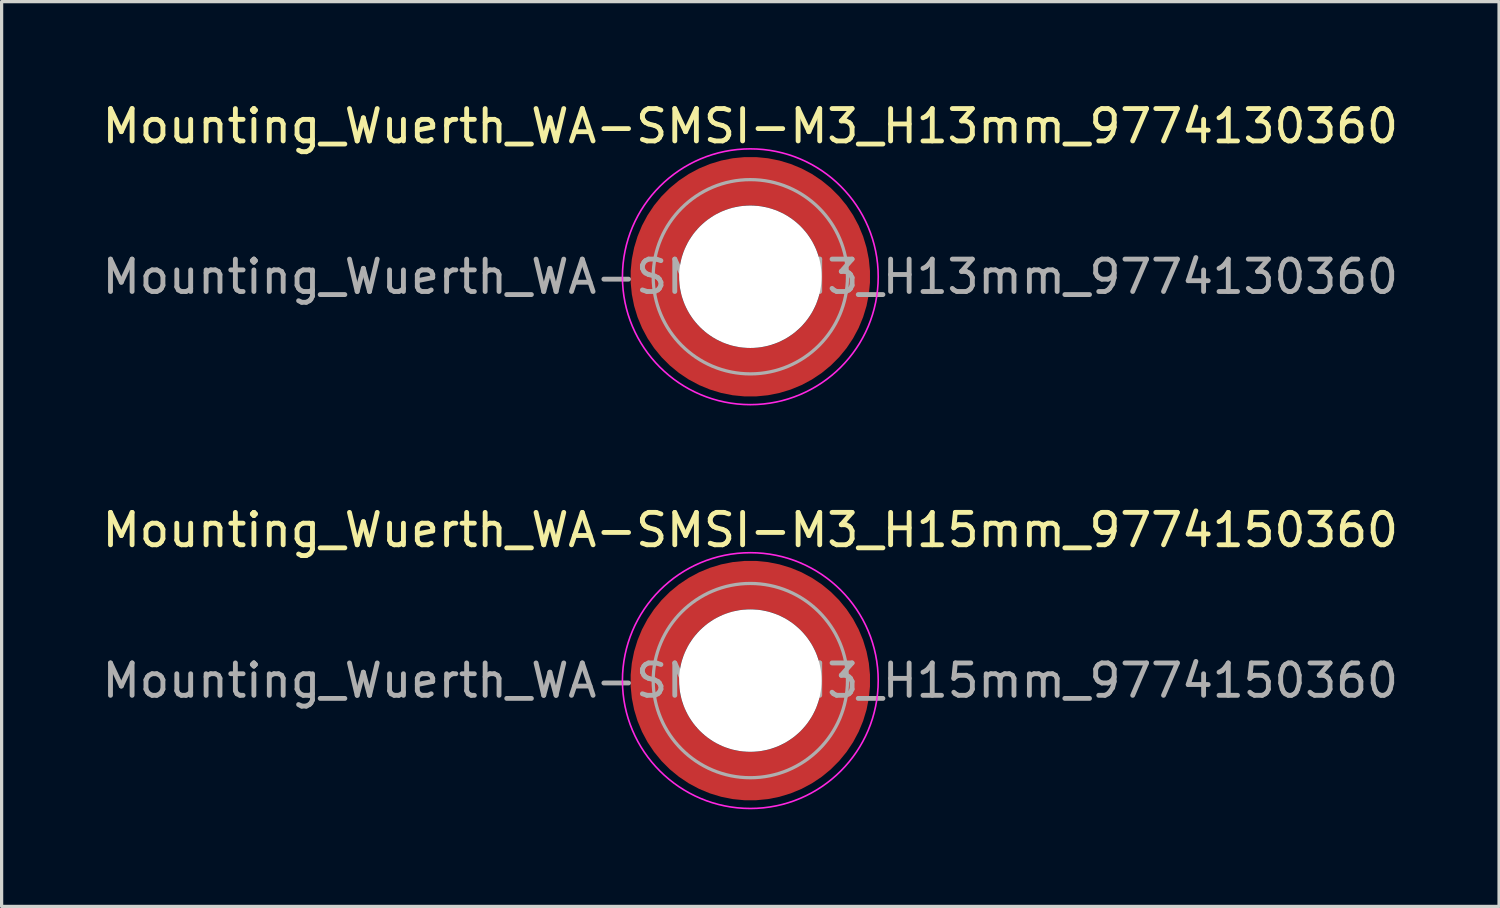
<source format=kicad_pcb>
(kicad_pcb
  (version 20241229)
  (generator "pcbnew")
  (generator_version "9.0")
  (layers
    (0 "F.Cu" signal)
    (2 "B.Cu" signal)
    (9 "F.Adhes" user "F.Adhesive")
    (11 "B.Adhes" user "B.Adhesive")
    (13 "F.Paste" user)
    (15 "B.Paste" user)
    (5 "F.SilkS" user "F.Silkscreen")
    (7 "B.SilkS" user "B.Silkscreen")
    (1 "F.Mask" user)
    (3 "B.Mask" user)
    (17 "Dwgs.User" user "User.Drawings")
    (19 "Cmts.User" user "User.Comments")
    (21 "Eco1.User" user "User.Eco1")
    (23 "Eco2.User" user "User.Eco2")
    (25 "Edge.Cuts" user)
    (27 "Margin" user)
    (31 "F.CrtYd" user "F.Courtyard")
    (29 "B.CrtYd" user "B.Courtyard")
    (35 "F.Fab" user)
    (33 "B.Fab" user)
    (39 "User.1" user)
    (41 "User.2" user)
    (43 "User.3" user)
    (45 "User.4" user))
  (footprint "Mounting_Wuerth_WA-SMSI-M3_H13mm_9774130360"
    (layer "F.Cu")
    (at 20.125 5.498)
    (property "Reference" "Mounting_Wuerth_WA-SMSI-M3_H13mm_9774130360" (at 0 -4.65 0) (layer "F.SilkS") (effects (font (size 1 1) (thickness 0.15))))
    (attr smd)
    (fp_circle (center 0 0) (end 3.95 0) (stroke (width 0.05) (type solid)) (fill no) (layer "F.CrtYd"))
    (fp_circle (center 0 0) (end 3 0) (stroke (width 0.1) (type solid)) (fill no) (layer "F.Fab"))
    (fp_text user "${REFERENCE}" (at 0 0 0) (layer "F.Fab") (effects (font (size 1 1) (thickness 0.15))))
    (pad "" smd custom (at -2.058 -2.058) (size 0.7 0.7) (layers "F.Paste") (options (anchor circle)) (primitives (gr_arc (start -0.377294 1.707681) (mid 0.317579 0.318817) (end 1.705947 -0.377044) (width 0.2)) (gr_arc (start -0.478281 1.707681) (mid 0.246161 0.248814) (end 1.703965 -0.477765) (width 0.2)) (gr_arc (start -0.579192 1.707681) (mid 0.175492 0.178063) (end 1.704077 -0.578711) (width 0.2)) (gr_arc (start -0.680037 1.707681) (mid 0.105568 0.106564) (end 1.706284 -0.679858) (width 0.2)) (gr_arc (start -0.780822 1.707681) (mid 0.034627 0.036085) (end 1.705634 -0.780569) (width 0.2)) (gr_arc (start -0.881554 1.707681) (mid -0.035694 -0.035016) (end 1.706729 -0.881441) (width 0.2)) (gr_arc (start -0.982237 1.707681) (mid -0.107281 -0.10485) (end 1.704266 -0.981842) (width 0.2)) (gr_arc (start -1.082877 1.707681) (mid -0.178372 -0.175181) (end 1.703197 -1.082374) (width 0.2)) (gr_arc (start -1.183476 1.707681) (mid -0.248964 -0.246008) (end 1.703525 -1.183025) (width 0.2)) (gr_arc (start -1.28404 1.707681) (mid -0.319062 -0.317333) (end 1.70525 -1.283784) (width 0.2)) (gr_line (start 1.708 -0.377) (end 1.708 -1.284) (width 0.2)) (gr_line (start -0.377 1.708) (end -1.284 1.708) (width 0.2))))
    (pad "" smd custom (at -2.058 2.058) (size 0.7 0.7) (layers "F.Paste") (options (anchor circle)) (primitives (gr_arc (start 1.707681 0.377294) (mid 0.318817 -0.317579) (end -0.377044 -1.705947) (width 0.2)) (gr_arc (start 1.707681 0.478281) (mid 0.248814 -0.246161) (end -0.477765 -1.703965) (width 0.2)) (gr_arc (start 1.707681 0.579192) (mid 0.178063 -0.175492) (end -0.578711 -1.704077) (width 0.2)) (gr_arc (start 1.707681 0.680037) (mid 0.106564 -0.105568) (end -0.679858 -1.706284) (width 0.2)) (gr_arc (start 1.707681 0.780822) (mid 0.036085 -0.034627) (end -0.780569 -1.705634) (width 0.2)) (gr_arc (start 1.707681 0.881554) (mid -0.035016 0.035694) (end -0.881441 -1.706729) (width 0.2)) (gr_arc (start 1.707681 0.982237) (mid -0.10485 0.107281) (end -0.981842 -1.704266) (width 0.2)) (gr_arc (start 1.707681 1.082877) (mid -0.175181 0.178372) (end -1.082374 -1.703197) (width 0.2)) (gr_arc (start 1.707681 1.183476) (mid -0.246008 0.248964) (end -1.183025 -1.703525) (width 0.2)) (gr_arc (start 1.707681 1.28404) (mid -0.317333 0.319062) (end -1.283784 -1.70525) (width 0.2)) (gr_line (start -0.377 -1.708) (end -1.284 -1.708) (width 0.2)) (gr_line (start 1.708 0.377) (end 1.708 1.284) (width 0.2))))
    (pad "" np_thru_hole circle (at 0 0) (size 4.4 4.4) (drill 4.4) (layers "*.Cu" "*.Mask"))
    (pad "" smd custom (at 2.058 -2.058) (size 0.7 0.7) (layers "F.Paste") (options (anchor circle)) (primitives (gr_arc (start -1.707681 -0.377294) (mid -0.318817 0.317579) (end 0.377044 1.705947) (width 0.2)) (gr_arc (start -1.707681 -0.478281) (mid -0.248814 0.246161) (end 0.477765 1.703965) (width 0.2)) (gr_arc (start -1.707681 -0.579192) (mid -0.178063 0.175492) (end 0.578711 1.704077) (width 0.2)) (gr_arc (start -1.707681 -0.680037) (mid -0.106564 0.105568) (end 0.679858 1.706284) (width 0.2)) (gr_arc (start -1.707681 -0.780822) (mid -0.036085 0.034627) (end 0.780569 1.705634) (width 0.2)) (gr_arc (start -1.707681 -0.881554) (mid 0.035016 -0.035694) (end 0.881441 1.706729) (width 0.2)) (gr_arc (start -1.707681 -0.982237) (mid 0.10485 -0.107281) (end 0.981842 1.704266) (width 0.2)) (gr_arc (start -1.707681 -1.082877) (mid 0.175181 -0.178372) (end 1.082374 1.703197) (width 0.2)) (gr_arc (start -1.707681 -1.183476) (mid 0.246008 -0.248964) (end 1.183025 1.703525) (width 0.2)) (gr_arc (start -1.707681 -1.28404) (mid 0.317333 -0.319062) (end 1.283784 1.70525) (width 0.2)) (gr_line (start 0.377 1.708) (end 1.284 1.708) (width 0.2)) (gr_line (start -1.708 -0.377) (end -1.708 -1.284) (width 0.2))))
    (pad "" smd custom (at 2.058 2.058) (size 0.7 0.7) (layers "F.Paste") (options (anchor circle)) (primitives (gr_arc (start 0.377294 -1.707681) (mid -0.317579 -0.318817) (end -1.705947 0.377044) (width 0.2)) (gr_arc (start 0.478281 -1.707681) (mid -0.246161 -0.248814) (end -1.703965 0.477765) (width 0.2)) (gr_arc (start 0.579192 -1.707681) (mid -0.175492 -0.178063) (end -1.704077 0.578711) (width 0.2)) (gr_arc (start 0.680037 -1.707681) (mid -0.105568 -0.106564) (end -1.706284 0.679858) (width 0.2)) (gr_arc (start 0.780822 -1.707681) (mid -0.034627 -0.036085) (end -1.705634 0.780569) (width 0.2)) (gr_arc (start 0.881554 -1.707681) (mid 0.035694 0.035016) (end -1.706729 0.881441) (width 0.2)) (gr_arc (start 0.982237 -1.707681) (mid 0.107281 0.10485) (end -1.704266 0.981842) (width 0.2)) (gr_arc (start 1.082877 -1.707681) (mid 0.178372 0.175181) (end -1.703197 1.082374) (width 0.2)) (gr_arc (start 1.183476 -1.707681) (mid 0.248964 0.246008) (end -1.703525 1.183025) (width 0.2)) (gr_arc (start 1.28404 -1.707681) (mid 0.319062 0.317333) (end -1.70525 1.283784) (width 0.2)) (gr_line (start -1.708 0.377) (end -1.708 1.284) (width 0.2)) (gr_line (start 0.377 -1.708) (end 1.284 -1.708) (width 0.2))))
    (pad "1" smd circle (at -2.95 0) (size 1.1 1.1) (layers "F.Cu"))
    (pad "1" smd circle (at 0 -2.95) (size 1.1 1.1) (layers "F.Cu"))
    (pad "1" smd circle (at 0 2.95) (size 1.1 1.1) (layers "F.Cu"))
    (pad "1" smd custom (at 2.95 0) (size 1.1 1.1) (layers "F.Cu" "F.Mask") (options (anchor circle)) (primitives (gr_circle (center -2.95 0) (end 0 0) (width 1.5) (fill no)))))
  (footprint "Mounting_Wuerth_WA-SMSI-M3_H15mm_9774150360"
    (layer "F.Cu")
    (at 20.125 17.971)
    (property "Reference" "Mounting_Wuerth_WA-SMSI-M3_H15mm_9774150360" (at 0 -4.65 0) (layer "F.SilkS") (effects (font (size 1 1) (thickness 0.15))))
    (attr smd)
    (fp_circle (center 0 0) (end 3.95 0) (stroke (width 0.05) (type solid)) (fill no) (layer "F.CrtYd"))
    (fp_circle (center 0 0) (end 3 0) (stroke (width 0.1) (type solid)) (fill no) (layer "F.Fab"))
    (fp_text user "${REFERENCE}" (at 0 0 0) (layer "F.Fab") (effects (font (size 1 1) (thickness 0.15))))
    (pad "" smd custom (at -2.058 -2.058) (size 0.7 0.7) (layers "F.Paste") (options (anchor circle)) (primitives (gr_arc (start -0.377294 1.707681) (mid 0.317579 0.318817) (end 1.705947 -0.377044) (width 0.2)) (gr_arc (start -0.478281 1.707681) (mid 0.246161 0.248814) (end 1.703965 -0.477765) (width 0.2)) (gr_arc (start -0.579192 1.707681) (mid 0.175492 0.178063) (end 1.704077 -0.578711) (width 0.2)) (gr_arc (start -0.680037 1.707681) (mid 0.105568 0.106564) (end 1.706284 -0.679858) (width 0.2)) (gr_arc (start -0.780822 1.707681) (mid 0.034627 0.036085) (end 1.705634 -0.780569) (width 0.2)) (gr_arc (start -0.881554 1.707681) (mid -0.035694 -0.035016) (end 1.706729 -0.881441) (width 0.2)) (gr_arc (start -0.982237 1.707681) (mid -0.107281 -0.10485) (end 1.704266 -0.981842) (width 0.2)) (gr_arc (start -1.082877 1.707681) (mid -0.178372 -0.175181) (end 1.703197 -1.082374) (width 0.2)) (gr_arc (start -1.183476 1.707681) (mid -0.248964 -0.246008) (end 1.703525 -1.183025) (width 0.2)) (gr_arc (start -1.28404 1.707681) (mid -0.319062 -0.317333) (end 1.70525 -1.283784) (width 0.2)) (gr_line (start 1.708 -0.377) (end 1.708 -1.284) (width 0.2)) (gr_line (start -0.377 1.708) (end -1.284 1.708) (width 0.2))))
    (pad "" smd custom (at -2.058 2.058) (size 0.7 0.7) (layers "F.Paste") (options (anchor circle)) (primitives (gr_arc (start 1.707681 0.377294) (mid 0.318817 -0.317579) (end -0.377044 -1.705947) (width 0.2)) (gr_arc (start 1.707681 0.478281) (mid 0.248814 -0.246161) (end -0.477765 -1.703965) (width 0.2)) (gr_arc (start 1.707681 0.579192) (mid 0.178063 -0.175492) (end -0.578711 -1.704077) (width 0.2)) (gr_arc (start 1.707681 0.680037) (mid 0.106564 -0.105568) (end -0.679858 -1.706284) (width 0.2)) (gr_arc (start 1.707681 0.780822) (mid 0.036085 -0.034627) (end -0.780569 -1.705634) (width 0.2)) (gr_arc (start 1.707681 0.881554) (mid -0.035016 0.035694) (end -0.881441 -1.706729) (width 0.2)) (gr_arc (start 1.707681 0.982237) (mid -0.10485 0.107281) (end -0.981842 -1.704266) (width 0.2)) (gr_arc (start 1.707681 1.082877) (mid -0.175181 0.178372) (end -1.082374 -1.703197) (width 0.2)) (gr_arc (start 1.707681 1.183476) (mid -0.246008 0.248964) (end -1.183025 -1.703525) (width 0.2)) (gr_arc (start 1.707681 1.28404) (mid -0.317333 0.319062) (end -1.283784 -1.70525) (width 0.2)) (gr_line (start -0.377 -1.708) (end -1.284 -1.708) (width 0.2)) (gr_line (start 1.708 0.377) (end 1.708 1.284) (width 0.2))))
    (pad "" np_thru_hole circle (at 0 0) (size 4.4 4.4) (drill 4.4) (layers "*.Cu" "*.Mask"))
    (pad "" smd custom (at 2.058 -2.058) (size 0.7 0.7) (layers "F.Paste") (options (anchor circle)) (primitives (gr_arc (start -1.707681 -0.377294) (mid -0.318817 0.317579) (end 0.377044 1.705947) (width 0.2)) (gr_arc (start -1.707681 -0.478281) (mid -0.248814 0.246161) (end 0.477765 1.703965) (width 0.2)) (gr_arc (start -1.707681 -0.579192) (mid -0.178063 0.175492) (end 0.578711 1.704077) (width 0.2)) (gr_arc (start -1.707681 -0.680037) (mid -0.106564 0.105568) (end 0.679858 1.706284) (width 0.2)) (gr_arc (start -1.707681 -0.780822) (mid -0.036085 0.034627) (end 0.780569 1.705634) (width 0.2)) (gr_arc (start -1.707681 -0.881554) (mid 0.035016 -0.035694) (end 0.881441 1.706729) (width 0.2)) (gr_arc (start -1.707681 -0.982237) (mid 0.10485 -0.107281) (end 0.981842 1.704266) (width 0.2)) (gr_arc (start -1.707681 -1.082877) (mid 0.175181 -0.178372) (end 1.082374 1.703197) (width 0.2)) (gr_arc (start -1.707681 -1.183476) (mid 0.246008 -0.248964) (end 1.183025 1.703525) (width 0.2)) (gr_arc (start -1.707681 -1.28404) (mid 0.317333 -0.319062) (end 1.283784 1.70525) (width 0.2)) (gr_line (start 0.377 1.708) (end 1.284 1.708) (width 0.2)) (gr_line (start -1.708 -0.377) (end -1.708 -1.284) (width 0.2))))
    (pad "" smd custom (at 2.058 2.058) (size 0.7 0.7) (layers "F.Paste") (options (anchor circle)) (primitives (gr_arc (start 0.377294 -1.707681) (mid -0.317579 -0.318817) (end -1.705947 0.377044) (width 0.2)) (gr_arc (start 0.478281 -1.707681) (mid -0.246161 -0.248814) (end -1.703965 0.477765) (width 0.2)) (gr_arc (start 0.579192 -1.707681) (mid -0.175492 -0.178063) (end -1.704077 0.578711) (width 0.2)) (gr_arc (start 0.680037 -1.707681) (mid -0.105568 -0.106564) (end -1.706284 0.679858) (width 0.2)) (gr_arc (start 0.780822 -1.707681) (mid -0.034627 -0.036085) (end -1.705634 0.780569) (width 0.2)) (gr_arc (start 0.881554 -1.707681) (mid 0.035694 0.035016) (end -1.706729 0.881441) (width 0.2)) (gr_arc (start 0.982237 -1.707681) (mid 0.107281 0.10485) (end -1.704266 0.981842) (width 0.2)) (gr_arc (start 1.082877 -1.707681) (mid 0.178372 0.175181) (end -1.703197 1.082374) (width 0.2)) (gr_arc (start 1.183476 -1.707681) (mid 0.248964 0.246008) (end -1.703525 1.183025) (width 0.2)) (gr_arc (start 1.28404 -1.707681) (mid 0.319062 0.317333) (end -1.70525 1.283784) (width 0.2)) (gr_line (start -1.708 0.377) (end -1.708 1.284) (width 0.2)) (gr_line (start 0.377 -1.708) (end 1.284 -1.708) (width 0.2))))
    (pad "1" smd circle (at -2.95 0) (size 1.1 1.1) (layers "F.Cu"))
    (pad "1" smd circle (at 0 -2.95) (size 1.1 1.1) (layers "F.Cu"))
    (pad "1" smd circle (at 0 2.95) (size 1.1 1.1) (layers "F.Cu"))
    (pad "1" smd custom (at 2.95 0) (size 1.1 1.1) (layers "F.Cu" "F.Mask") (options (anchor circle)) (primitives (gr_circle (center -2.95 0) (end 0 0) (width 1.5) (fill no)))))
  (gr_rect
    (start -3 -3)
    (end 43.25 24.947)
    (stroke (width 0.1) (type default))
    (fill no)
    (layer "Edge.Cuts")))
</source>
